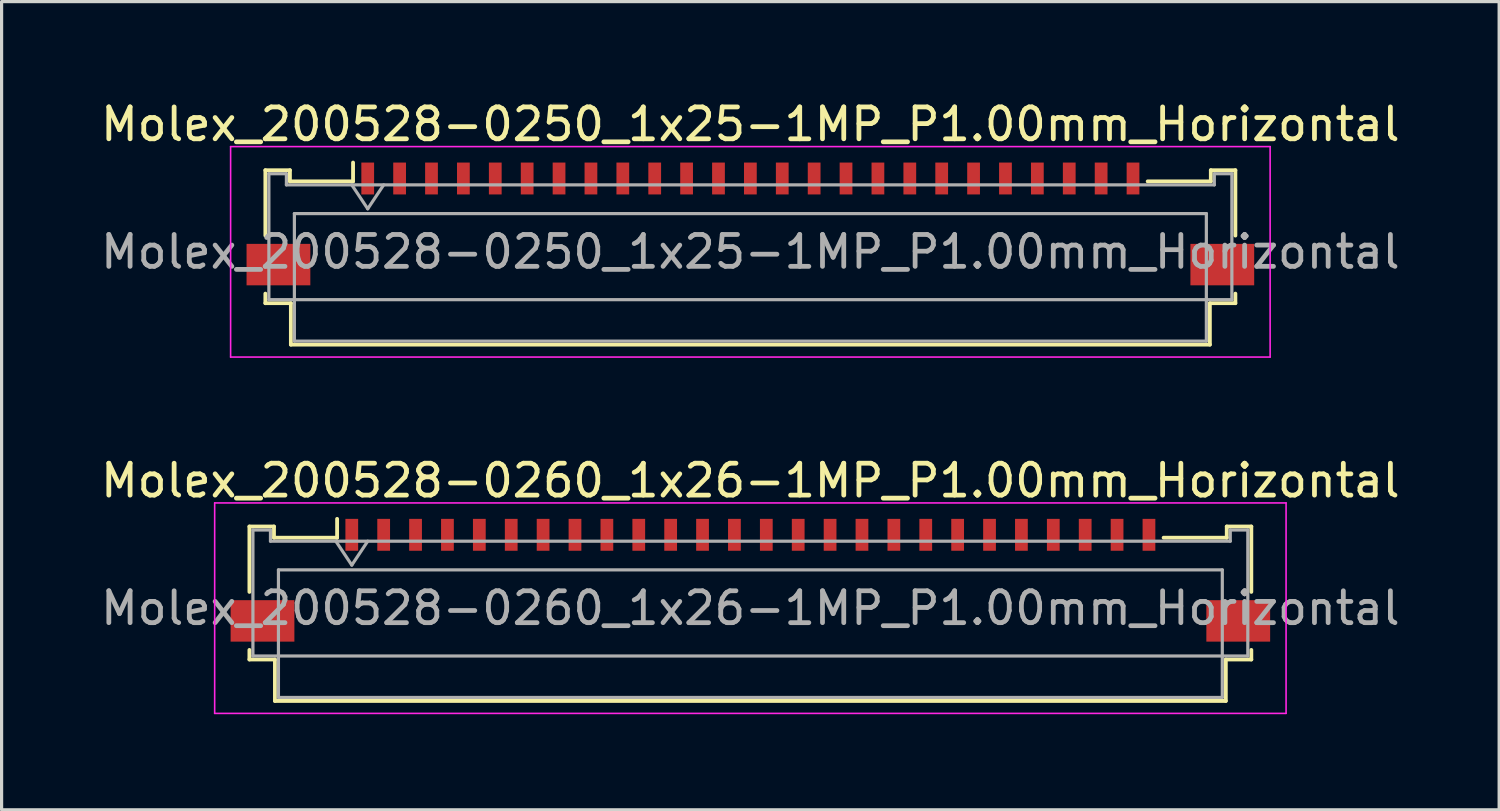
<source format=kicad_pcb>
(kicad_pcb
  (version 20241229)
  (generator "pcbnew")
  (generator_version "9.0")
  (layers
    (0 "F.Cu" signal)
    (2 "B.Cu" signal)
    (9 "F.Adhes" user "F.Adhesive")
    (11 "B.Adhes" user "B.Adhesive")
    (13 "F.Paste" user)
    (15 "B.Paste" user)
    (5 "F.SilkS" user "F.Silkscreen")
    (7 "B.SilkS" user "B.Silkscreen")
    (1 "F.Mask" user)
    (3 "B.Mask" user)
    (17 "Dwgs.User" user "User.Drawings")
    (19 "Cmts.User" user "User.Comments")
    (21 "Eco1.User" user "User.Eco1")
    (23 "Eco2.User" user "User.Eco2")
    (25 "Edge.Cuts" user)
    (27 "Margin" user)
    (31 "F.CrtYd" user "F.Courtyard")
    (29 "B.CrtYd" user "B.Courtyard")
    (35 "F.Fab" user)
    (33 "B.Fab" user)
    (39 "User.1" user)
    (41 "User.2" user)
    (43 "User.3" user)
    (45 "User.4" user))
  (footprint "Molex_200528-0260_1x26-1MP_P1.00mm_Horizontal"
    (layer "F.Cu")
    (at 20.482 14.632)
    (property "Reference" "Molex_200528-0260_1x26-1MP_P1.00mm_Horizontal" (at 0 -2.61 0) (layer "F.SilkS") (effects (font (size 1 1) (thickness 0.15))))
    (attr smd)
    (fp_line (start -15.71 -1.17) (end -15.71 0.88) (stroke (width 0.12) (type solid)) (layer "F.SilkS"))
    (fp_line (start -15.71 2.7) (end -15.71 3) (stroke (width 0.12) (type solid)) (layer "F.SilkS"))
    (fp_line (start -15.71 3) (end -14.91 3) (stroke (width 0.12) (type solid)) (layer "F.SilkS"))
    (fp_line (start -14.94 -1.17) (end -15.71 -1.17) (stroke (width 0.12) (type solid)) (layer "F.SilkS"))
    (fp_line (start -14.94 -0.82) (end -14.94 -1.17) (stroke (width 0.12) (type solid)) (layer "F.SilkS"))
    (fp_line (start -14.91 3) (end -14.91 4.3) (stroke (width 0.12) (type solid)) (layer "F.SilkS"))
    (fp_line (start -14.91 4.3) (end 14.91 4.3) (stroke (width 0.12) (type solid)) (layer "F.SilkS"))
    (fp_line (start -12.96 -1.41) (end -12.96 -0.82) (stroke (width 0.12) (type solid)) (layer "F.SilkS"))
    (fp_line (start -12.96 -0.82) (end -14.94 -0.82) (stroke (width 0.12) (type solid)) (layer "F.SilkS"))
    (fp_line (start 14.91 3) (end 15.71 3) (stroke (width 0.12) (type solid)) (layer "F.SilkS"))
    (fp_line (start 14.91 4.3) (end 14.91 3) (stroke (width 0.12) (type solid)) (layer "F.SilkS"))
    (fp_line (start 14.94 -1.17) (end 14.94 -0.82) (stroke (width 0.12) (type solid)) (layer "F.SilkS"))
    (fp_line (start 14.94 -0.82) (end 12.96 -0.82) (stroke (width 0.12) (type solid)) (layer "F.SilkS"))
    (fp_line (start 15.71 -1.17) (end 14.94 -1.17) (stroke (width 0.12) (type solid)) (layer "F.SilkS"))
    (fp_line (start 15.71 0.88) (end 15.71 -1.17) (stroke (width 0.12) (type solid)) (layer "F.SilkS"))
    (fp_line (start 15.71 3) (end 15.71 2.7) (stroke (width 0.12) (type solid)) (layer "F.SilkS"))
    (fp_line (start -16.8 -1.91) (end -16.8 4.69) (stroke (width 0.05) (type solid)) (layer "F.CrtYd"))
    (fp_line (start -16.8 4.69) (end 16.8 4.69) (stroke (width 0.05) (type solid)) (layer "F.CrtYd"))
    (fp_line (start 16.8 -1.91) (end -16.8 -1.91) (stroke (width 0.05) (type solid)) (layer "F.CrtYd"))
    (fp_line (start 16.8 4.69) (end 16.8 -1.91) (stroke (width 0.05) (type solid)) (layer "F.CrtYd"))
    (fp_line (start -15.6 -1.06) (end -15.6 2.89) (stroke (width 0.1) (type solid)) (layer "F.Fab"))
    (fp_line (start -15.6 2.89) (end 15.6 2.89) (stroke (width 0.1) (type solid)) (layer "F.Fab"))
    (fp_line (start -15.05 -1.06) (end -15.6 -1.06) (stroke (width 0.1) (type solid)) (layer "F.Fab"))
    (fp_line (start -15.05 -0.71) (end -15.05 -1.06) (stroke (width 0.1) (type solid)) (layer "F.Fab"))
    (fp_line (start -14.8 0.19) (end -14.8 4.19) (stroke (width 0.1) (type solid)) (layer "F.Fab"))
    (fp_line (start -14.8 4.19) (end 14.8 4.19) (stroke (width 0.1) (type solid)) (layer "F.Fab"))
    (fp_line (start -13 -0.71) (end -12.5 0.04) (stroke (width 0.1) (type solid)) (layer "F.Fab"))
    (fp_line (start -12.5 0.04) (end -12 -0.71) (stroke (width 0.1) (type solid)) (layer "F.Fab"))
    (fp_line (start 14.8 0.19) (end -14.8 0.19) (stroke (width 0.1) (type solid)) (layer "F.Fab"))
    (fp_line (start 14.8 4.19) (end 14.8 0.19) (stroke (width 0.1) (type solid)) (layer "F.Fab"))
    (fp_line (start 15.05 -1.06) (end 15.05 -0.71) (stroke (width 0.1) (type solid)) (layer "F.Fab"))
    (fp_line (start 15.05 -0.71) (end -15.05 -0.71) (stroke (width 0.1) (type solid)) (layer "F.Fab"))
    (fp_line (start 15.6 -1.06) (end 15.05 -1.06) (stroke (width 0.1) (type solid)) (layer "F.Fab"))
    (fp_line (start 15.6 2.89) (end 15.6 -1.06) (stroke (width 0.1) (type solid)) (layer "F.Fab"))
    (fp_text user "${REFERENCE}" (at 0 1.39 0) (layer "F.Fab") (effects (font (size 1 1) (thickness 0.15))))
    (pad "1" smd rect (at -12.5 -0.91) (size 0.4 1) (layers "F.Cu" "F.Mask" "F.Paste"))
    (pad "2" smd rect (at -11.5 -0.91) (size 0.4 1) (layers "F.Cu" "F.Mask" "F.Paste"))
    (pad "3" smd rect (at -10.5 -0.91) (size 0.4 1) (layers "F.Cu" "F.Mask" "F.Paste"))
    (pad "4" smd rect (at -9.5 -0.91) (size 0.4 1) (layers "F.Cu" "F.Mask" "F.Paste"))
    (pad "5" smd rect (at -8.5 -0.91) (size 0.4 1) (layers "F.Cu" "F.Mask" "F.Paste"))
    (pad "6" smd rect (at -7.5 -0.91) (size 0.4 1) (layers "F.Cu" "F.Mask" "F.Paste"))
    (pad "7" smd rect (at -6.5 -0.91) (size 0.4 1) (layers "F.Cu" "F.Mask" "F.Paste"))
    (pad "8" smd rect (at -5.5 -0.91) (size 0.4 1) (layers "F.Cu" "F.Mask" "F.Paste"))
    (pad "9" smd rect (at -4.5 -0.91) (size 0.4 1) (layers "F.Cu" "F.Mask" "F.Paste"))
    (pad "10" smd rect (at -3.5 -0.91) (size 0.4 1) (layers "F.Cu" "F.Mask" "F.Paste"))
    (pad "11" smd rect (at -2.5 -0.91) (size 0.4 1) (layers "F.Cu" "F.Mask" "F.Paste"))
    (pad "12" smd rect (at -1.5 -0.91) (size 0.4 1) (layers "F.Cu" "F.Mask" "F.Paste"))
    (pad "13" smd rect (at -0.5 -0.91) (size 0.4 1) (layers "F.Cu" "F.Mask" "F.Paste"))
    (pad "14" smd rect (at 0.5 -0.91) (size 0.4 1) (layers "F.Cu" "F.Mask" "F.Paste"))
    (pad "15" smd rect (at 1.5 -0.91) (size 0.4 1) (layers "F.Cu" "F.Mask" "F.Paste"))
    (pad "16" smd rect (at 2.5 -0.91) (size 0.4 1) (layers "F.Cu" "F.Mask" "F.Paste"))
    (pad "17" smd rect (at 3.5 -0.91) (size 0.4 1) (layers "F.Cu" "F.Mask" "F.Paste"))
    (pad "18" smd rect (at 4.5 -0.91) (size 0.4 1) (layers "F.Cu" "F.Mask" "F.Paste"))
    (pad "19" smd rect (at 5.5 -0.91) (size 0.4 1) (layers "F.Cu" "F.Mask" "F.Paste"))
    (pad "20" smd rect (at 6.5 -0.91) (size 0.4 1) (layers "F.Cu" "F.Mask" "F.Paste"))
    (pad "21" smd rect (at 7.5 -0.91) (size 0.4 1) (layers "F.Cu" "F.Mask" "F.Paste"))
    (pad "22" smd rect (at 8.5 -0.91) (size 0.4 1) (layers "F.Cu" "F.Mask" "F.Paste"))
    (pad "23" smd rect (at 9.5 -0.91) (size 0.4 1) (layers "F.Cu" "F.Mask" "F.Paste"))
    (pad "24" smd rect (at 10.5 -0.91) (size 0.4 1) (layers "F.Cu" "F.Mask" "F.Paste"))
    (pad "25" smd rect (at 11.5 -0.91) (size 0.4 1) (layers "F.Cu" "F.Mask" "F.Paste"))
    (pad "26" smd rect (at 12.5 -0.91) (size 0.4 1) (layers "F.Cu" "F.Mask" "F.Paste"))
    (pad "MP" smd rect (at -15.3 1.79) (size 2 1.3) (layers "F.Cu" "F.Mask" "F.Paste"))
    (pad "MP" smd rect (at 15.3 1.79) (size 2 1.3) (layers "F.Cu" "F.Mask" "F.Paste")))
  (footprint "Molex_200528-0250_1x25-1MP_P1.00mm_Horizontal"
    (layer "F.Cu")
    (at 20.482 3.458)
    (property "Reference" "Molex_200528-0250_1x25-1MP_P1.00mm_Horizontal" (at 0 -2.61 0) (layer "F.SilkS") (effects (font (size 1 1) (thickness 0.15))))
    (attr smd)
    (fp_line (start -15.21 -1.17) (end -15.21 0.88) (stroke (width 0.12) (type solid)) (layer "F.SilkS"))
    (fp_line (start -15.21 2.7) (end -15.21 3) (stroke (width 0.12) (type solid)) (layer "F.SilkS"))
    (fp_line (start -15.21 3) (end -14.41 3) (stroke (width 0.12) (type solid)) (layer "F.SilkS"))
    (fp_line (start -14.44 -1.17) (end -15.21 -1.17) (stroke (width 0.12) (type solid)) (layer "F.SilkS"))
    (fp_line (start -14.44 -0.82) (end -14.44 -1.17) (stroke (width 0.12) (type solid)) (layer "F.SilkS"))
    (fp_line (start -14.41 3) (end -14.41 4.3) (stroke (width 0.12) (type solid)) (layer "F.SilkS"))
    (fp_line (start -14.41 4.3) (end 14.41 4.3) (stroke (width 0.12) (type solid)) (layer "F.SilkS"))
    (fp_line (start -12.46 -1.41) (end -12.46 -0.82) (stroke (width 0.12) (type solid)) (layer "F.SilkS"))
    (fp_line (start -12.46 -0.82) (end -14.44 -0.82) (stroke (width 0.12) (type solid)) (layer "F.SilkS"))
    (fp_line (start 14.41 3) (end 15.21 3) (stroke (width 0.12) (type solid)) (layer "F.SilkS"))
    (fp_line (start 14.41 4.3) (end 14.41 3) (stroke (width 0.12) (type solid)) (layer "F.SilkS"))
    (fp_line (start 14.44 -1.17) (end 14.44 -0.82) (stroke (width 0.12) (type solid)) (layer "F.SilkS"))
    (fp_line (start 14.44 -0.82) (end 12.46 -0.82) (stroke (width 0.12) (type solid)) (layer "F.SilkS"))
    (fp_line (start 15.21 -1.17) (end 14.44 -1.17) (stroke (width 0.12) (type solid)) (layer "F.SilkS"))
    (fp_line (start 15.21 0.88) (end 15.21 -1.17) (stroke (width 0.12) (type solid)) (layer "F.SilkS"))
    (fp_line (start 15.21 3) (end 15.21 2.7) (stroke (width 0.12) (type solid)) (layer "F.SilkS"))
    (fp_line (start -16.3 -1.91) (end -16.3 4.69) (stroke (width 0.05) (type solid)) (layer "F.CrtYd"))
    (fp_line (start -16.3 4.69) (end 16.3 4.69) (stroke (width 0.05) (type solid)) (layer "F.CrtYd"))
    (fp_line (start 16.3 -1.91) (end -16.3 -1.91) (stroke (width 0.05) (type solid)) (layer "F.CrtYd"))
    (fp_line (start 16.3 4.69) (end 16.3 -1.91) (stroke (width 0.05) (type solid)) (layer "F.CrtYd"))
    (fp_line (start -15.1 -1.06) (end -15.1 2.89) (stroke (width 0.1) (type solid)) (layer "F.Fab"))
    (fp_line (start -15.1 2.89) (end 15.1 2.89) (stroke (width 0.1) (type solid)) (layer "F.Fab"))
    (fp_line (start -14.55 -1.06) (end -15.1 -1.06) (stroke (width 0.1) (type solid)) (layer "F.Fab"))
    (fp_line (start -14.55 -0.71) (end -14.55 -1.06) (stroke (width 0.1) (type solid)) (layer "F.Fab"))
    (fp_line (start -14.3 0.19) (end -14.3 4.19) (stroke (width 0.1) (type solid)) (layer "F.Fab"))
    (fp_line (start -14.3 4.19) (end 14.3 4.19) (stroke (width 0.1) (type solid)) (layer "F.Fab"))
    (fp_line (start -12.5 -0.71) (end -12 0.04) (stroke (width 0.1) (type solid)) (layer "F.Fab"))
    (fp_line (start -12 0.04) (end -11.5 -0.71) (stroke (width 0.1) (type solid)) (layer "F.Fab"))
    (fp_line (start 14.3 0.19) (end -14.3 0.19) (stroke (width 0.1) (type solid)) (layer "F.Fab"))
    (fp_line (start 14.3 4.19) (end 14.3 0.19) (stroke (width 0.1) (type solid)) (layer "F.Fab"))
    (fp_line (start 14.55 -1.06) (end 14.55 -0.71) (stroke (width 0.1) (type solid)) (layer "F.Fab"))
    (fp_line (start 14.55 -0.71) (end -14.55 -0.71) (stroke (width 0.1) (type solid)) (layer "F.Fab"))
    (fp_line (start 15.1 -1.06) (end 14.55 -1.06) (stroke (width 0.1) (type solid)) (layer "F.Fab"))
    (fp_line (start 15.1 2.89) (end 15.1 -1.06) (stroke (width 0.1) (type solid)) (layer "F.Fab"))
    (fp_text user "${REFERENCE}" (at 0 1.39 0) (layer "F.Fab") (effects (font (size 1 1) (thickness 0.15))))
    (pad "1" smd rect (at -12 -0.91) (size 0.4 1) (layers "F.Cu" "F.Mask" "F.Paste"))
    (pad "2" smd rect (at -11 -0.91) (size 0.4 1) (layers "F.Cu" "F.Mask" "F.Paste"))
    (pad "3" smd rect (at -10 -0.91) (size 0.4 1) (layers "F.Cu" "F.Mask" "F.Paste"))
    (pad "4" smd rect (at -9 -0.91) (size 0.4 1) (layers "F.Cu" "F.Mask" "F.Paste"))
    (pad "5" smd rect (at -8 -0.91) (size 0.4 1) (layers "F.Cu" "F.Mask" "F.Paste"))
    (pad "6" smd rect (at -7 -0.91) (size 0.4 1) (layers "F.Cu" "F.Mask" "F.Paste"))
    (pad "7" smd rect (at -6 -0.91) (size 0.4 1) (layers "F.Cu" "F.Mask" "F.Paste"))
    (pad "8" smd rect (at -5 -0.91) (size 0.4 1) (layers "F.Cu" "F.Mask" "F.Paste"))
    (pad "9" smd rect (at -4 -0.91) (size 0.4 1) (layers "F.Cu" "F.Mask" "F.Paste"))
    (pad "10" smd rect (at -3 -0.91) (size 0.4 1) (layers "F.Cu" "F.Mask" "F.Paste"))
    (pad "11" smd rect (at -2 -0.91) (size 0.4 1) (layers "F.Cu" "F.Mask" "F.Paste"))
    (pad "12" smd rect (at -1 -0.91) (size 0.4 1) (layers "F.Cu" "F.Mask" "F.Paste"))
    (pad "13" smd rect (at 0 -0.91) (size 0.4 1) (layers "F.Cu" "F.Mask" "F.Paste"))
    (pad "14" smd rect (at 1 -0.91) (size 0.4 1) (layers "F.Cu" "F.Mask" "F.Paste"))
    (pad "15" smd rect (at 2 -0.91) (size 0.4 1) (layers "F.Cu" "F.Mask" "F.Paste"))
    (pad "16" smd rect (at 3 -0.91) (size 0.4 1) (layers "F.Cu" "F.Mask" "F.Paste"))
    (pad "17" smd rect (at 4 -0.91) (size 0.4 1) (layers "F.Cu" "F.Mask" "F.Paste"))
    (pad "18" smd rect (at 5 -0.91) (size 0.4 1) (layers "F.Cu" "F.Mask" "F.Paste"))
    (pad "19" smd rect (at 6 -0.91) (size 0.4 1) (layers "F.Cu" "F.Mask" "F.Paste"))
    (pad "20" smd rect (at 7 -0.91) (size 0.4 1) (layers "F.Cu" "F.Mask" "F.Paste"))
    (pad "21" smd rect (at 8 -0.91) (size 0.4 1) (layers "F.Cu" "F.Mask" "F.Paste"))
    (pad "22" smd rect (at 9 -0.91) (size 0.4 1) (layers "F.Cu" "F.Mask" "F.Paste"))
    (pad "23" smd rect (at 10 -0.91) (size 0.4 1) (layers "F.Cu" "F.Mask" "F.Paste"))
    (pad "24" smd rect (at 11 -0.91) (size 0.4 1) (layers "F.Cu" "F.Mask" "F.Paste"))
    (pad "25" smd rect (at 12 -0.91) (size 0.4 1) (layers "F.Cu" "F.Mask" "F.Paste"))
    (pad "MP" smd rect (at -14.8 1.79) (size 2 1.3) (layers "F.Cu" "F.Mask" "F.Paste"))
    (pad "MP" smd rect (at 14.8 1.79) (size 2 1.3) (layers "F.Cu" "F.Mask" "F.Paste")))
  (gr_rect
    (start -3 -3)
    (end 43.964 22.346)
    (stroke (width 0.1) (type default))
    (fill no)
    (layer "Edge.Cuts")))
</source>
